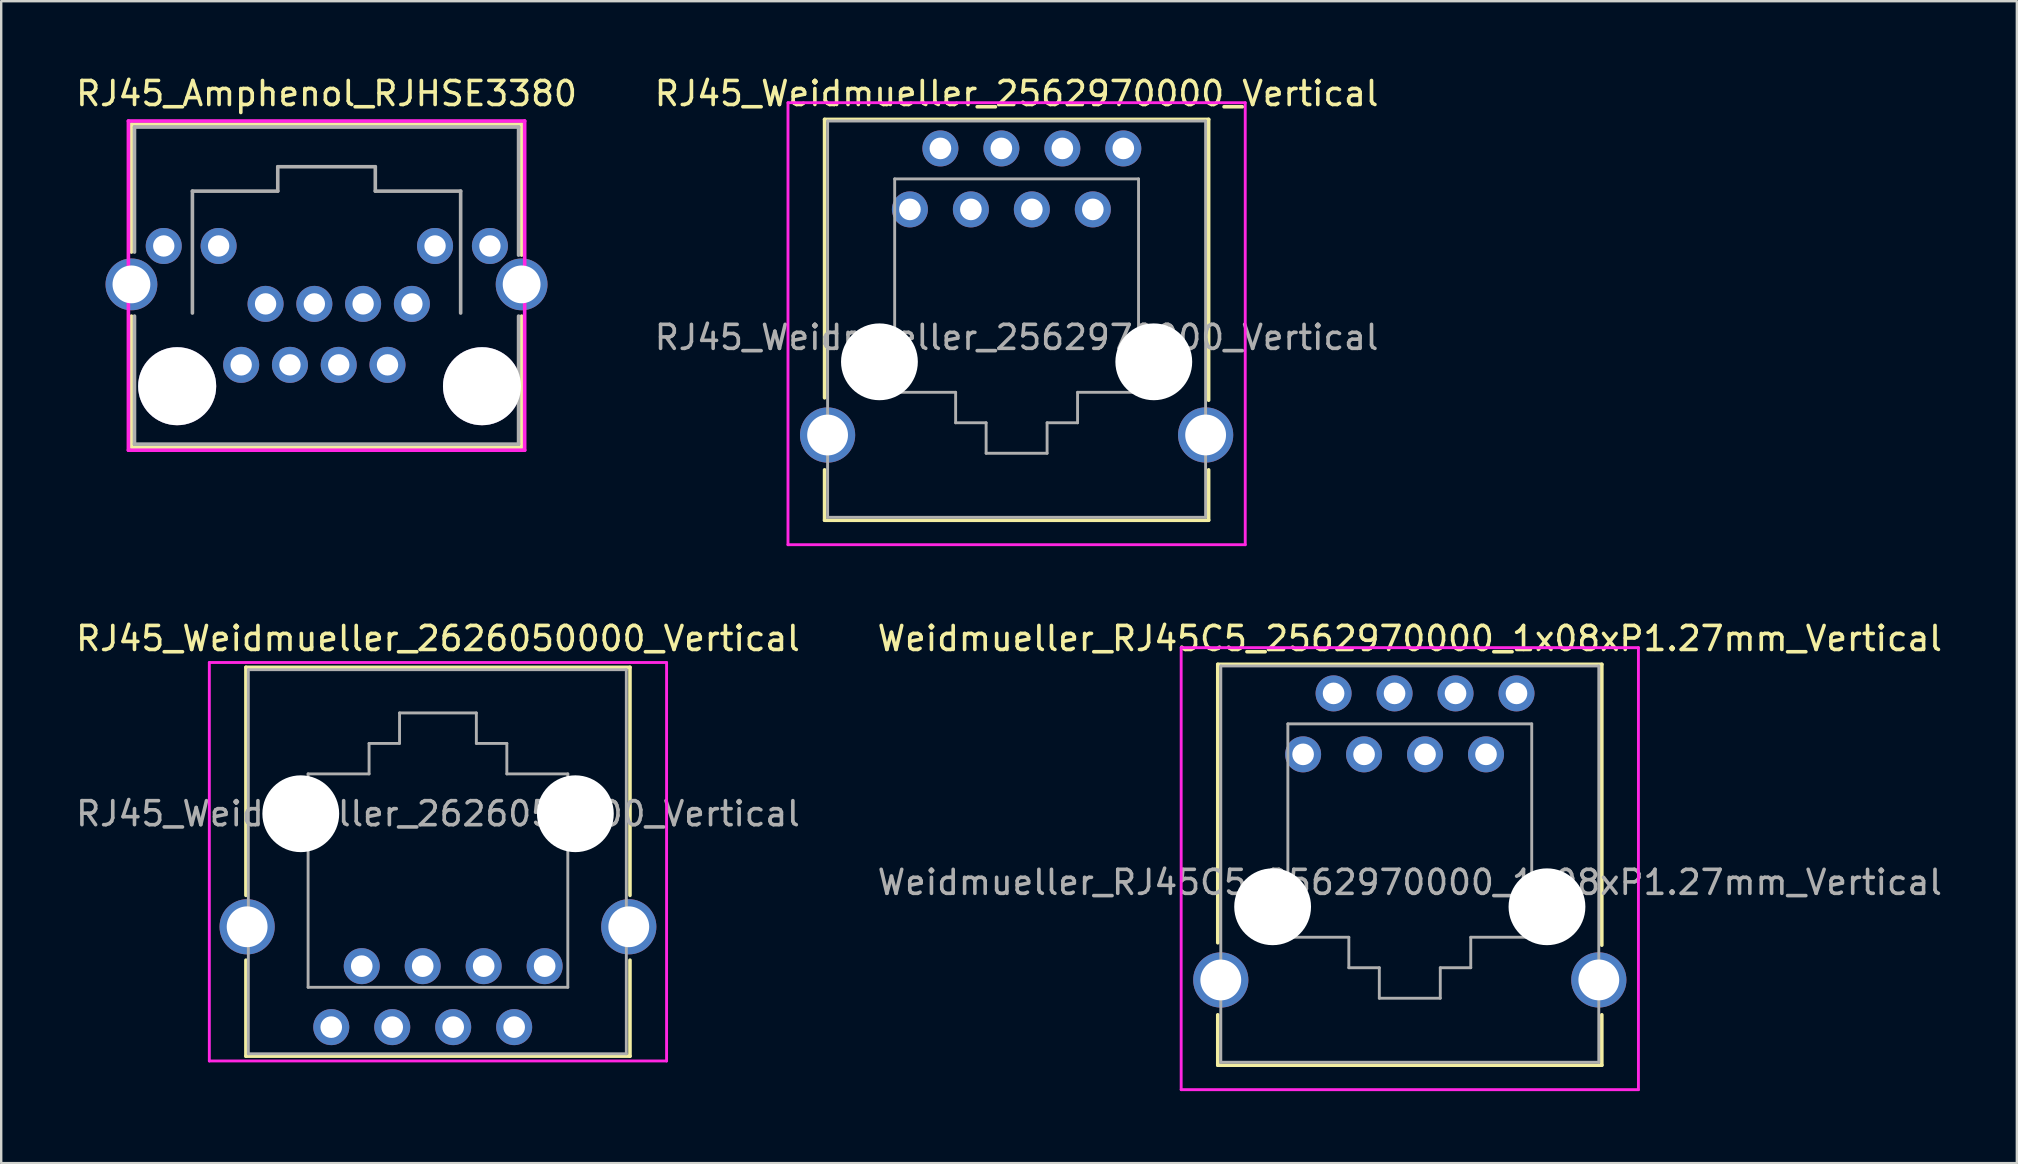
<source format=kicad_pcb>
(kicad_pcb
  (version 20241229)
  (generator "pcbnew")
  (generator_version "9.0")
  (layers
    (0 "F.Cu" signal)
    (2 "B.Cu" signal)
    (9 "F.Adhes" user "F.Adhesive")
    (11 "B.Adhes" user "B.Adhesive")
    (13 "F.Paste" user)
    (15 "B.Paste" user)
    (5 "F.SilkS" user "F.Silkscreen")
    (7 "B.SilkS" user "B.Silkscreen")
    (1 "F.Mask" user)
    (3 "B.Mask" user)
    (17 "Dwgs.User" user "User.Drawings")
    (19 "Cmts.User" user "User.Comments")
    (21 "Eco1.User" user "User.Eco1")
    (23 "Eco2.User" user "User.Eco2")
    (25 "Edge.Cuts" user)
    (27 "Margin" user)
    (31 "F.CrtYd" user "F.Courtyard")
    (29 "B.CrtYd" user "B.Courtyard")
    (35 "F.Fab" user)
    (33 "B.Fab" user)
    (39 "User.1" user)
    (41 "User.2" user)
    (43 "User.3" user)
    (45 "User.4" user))
  (footprint "RJ45_Weidmueller_2562970000_Vertical"
    (layer "F.Cu")
    (at 39.304 12.024)
    (property "Reference" "RJ45_Weidmueller_2562970000_Vertical" (at 0 -11.176 0) (layer "F.SilkS") (effects (font (size 1 1) (thickness 0.15))))
    (attr through_hole)
    (fp_line (start -8 -10.1) (end -8 1.5) (stroke (width 0.15) (type solid)) (layer "F.SilkS"))
    (fp_line (start -8 -10.1) (end 8 -10.1) (stroke (width 0.15) (type solid)) (layer "F.SilkS"))
    (fp_line (start -8 6.6) (end -8 4.5) (stroke (width 0.15) (type solid)) (layer "F.SilkS"))
    (fp_line (start -8 6.6) (end 8 6.6) (stroke (width 0.15) (type solid)) (layer "F.SilkS"))
    (fp_line (start 8 -10.1) (end 8 1.6) (stroke (width 0.15) (type solid)) (layer "F.SilkS"))
    (fp_line (start 8 6.6) (end 8 4.5) (stroke (width 0.15) (type solid)) (layer "F.SilkS"))
    (fp_line (start -9.525 -10.795) (end 9.525 -10.795) (stroke (width 0.12) (type solid)) (layer "F.CrtYd"))
    (fp_line (start -9.525 7.62) (end -9.525 -10.795) (stroke (width 0.12) (type solid)) (layer "F.CrtYd"))
    (fp_line (start 9.525 -10.795) (end 9.525 7.62) (stroke (width 0.12) (type solid)) (layer "F.CrtYd"))
    (fp_line (start 9.525 7.62) (end -9.525 7.62) (stroke (width 0.12) (type solid)) (layer "F.CrtYd"))
    (fp_line (start -7.874 -10.033) (end 7.874 -10.033) (stroke (width 0.12) (type solid)) (layer "F.Fab"))
    (fp_line (start -7.874 6.477) (end -7.874 -10.033) (stroke (width 0.12) (type solid)) (layer "F.Fab"))
    (fp_line (start -5.08 -7.62) (end 5.08 -7.62) (stroke (width 0.12) (type solid)) (layer "F.Fab"))
    (fp_line (start -5.08 1.27) (end -5.08 -7.62) (stroke (width 0.12) (type solid)) (layer "F.Fab"))
    (fp_line (start -2.54 1.27) (end -5.08 1.27) (stroke (width 0.12) (type solid)) (layer "F.Fab"))
    (fp_line (start -2.54 2.54) (end -2.54 1.27) (stroke (width 0.12) (type solid)) (layer "F.Fab"))
    (fp_line (start -1.27 2.54) (end -2.54 2.54) (stroke (width 0.12) (type solid)) (layer "F.Fab"))
    (fp_line (start -1.27 3.81) (end -1.27 2.54) (stroke (width 0.12) (type solid)) (layer "F.Fab"))
    (fp_line (start 1.27 2.54) (end 1.27 3.81) (stroke (width 0.12) (type solid)) (layer "F.Fab"))
    (fp_line (start 1.27 3.81) (end -1.27 3.81) (stroke (width 0.12) (type solid)) (layer "F.Fab"))
    (fp_line (start 2.54 1.27) (end 2.54 2.54) (stroke (width 0.12) (type solid)) (layer "F.Fab"))
    (fp_line (start 2.54 2.54) (end 1.27 2.54) (stroke (width 0.12) (type solid)) (layer "F.Fab"))
    (fp_line (start 5.08 -7.62) (end 5.08 1.27) (stroke (width 0.12) (type solid)) (layer "F.Fab"))
    (fp_line (start 5.08 1.27) (end 2.54 1.27) (stroke (width 0.12) (type solid)) (layer "F.Fab"))
    (fp_line (start 7.874 -10.033) (end 7.874 6.477) (stroke (width 0.12) (type solid)) (layer "F.Fab"))
    (fp_line (start 7.874 6.477) (end -7.874 6.477) (stroke (width 0.12) (type solid)) (layer "F.Fab"))
    (fp_text user "${REFERENCE}" (at 0 -1.016 0) (layer "F.Fab") (effects (font (size 1 1) (thickness 0.15))))
    (pad "" np_thru_hole circle (at -5.715 0) (size 3.2 3.2) (drill 3.2) (layers "*.Cu" "*.Mask"))
    (pad "" np_thru_hole circle (at 5.715 0) (size 3.2 3.2) (drill 3.2) (layers "*.Cu" "*.Mask"))
    (pad "1" thru_hole circle (at -4.445 -6.35) (size 1.5 1.5) (drill 0.9) (layers "*.Cu" "*.Mask"))
    (pad "2" thru_hole circle (at -3.175 -8.89) (size 1.5 1.5) (drill 0.9) (layers "*.Cu" "*.Mask"))
    (pad "3" thru_hole circle (at -1.905 -6.35) (size 1.5 1.5) (drill 0.9) (layers "*.Cu" "*.Mask"))
    (pad "4" thru_hole circle (at -0.635 -8.89) (size 1.5 1.5) (drill 0.9) (layers "*.Cu" "*.Mask"))
    (pad "5" thru_hole circle (at 0.635 -6.35) (size 1.5 1.5) (drill 0.9) (layers "*.Cu" "*.Mask"))
    (pad "6" thru_hole circle (at 1.905 -8.89) (size 1.5 1.5) (drill 0.9) (layers "*.Cu" "*.Mask"))
    (pad "7" thru_hole circle (at 3.175 -6.35) (size 1.5 1.5) (drill 0.9) (layers "*.Cu" "*.Mask"))
    (pad "8" thru_hole circle (at 4.445 -8.89) (size 1.5 1.5) (drill 0.9) (layers "*.Cu" "*.Mask"))
    (pad "SH" thru_hole circle (at -7.875 3.05) (size 2.3 2.3) (drill 1.7) (layers "*.Cu" "*.Mask"))
    (pad "SH" thru_hole circle (at 7.875 3.048) (size 2.3 2.3) (drill 1.7) (layers "*.Cu" "*.Mask")))
  (footprint "RJ45_Weidmueller_2626050000_Vertical"
    (layer "F.Cu")
    (at 15.196 30.852)
    (property "Reference" "RJ45_Weidmueller_2626050000_Vertical" (at 0 -7.3 0) (layer "F.SilkS") (effects (font (size 1 1) (thickness 0.15))))
    (attr through_hole)
    (fp_line (start -8 -6.1) (end -8 3.4) (stroke (width 0.15) (type solid)) (layer "F.SilkS"))
    (fp_line (start -8 -6.1) (end 8 -6.1) (stroke (width 0.15) (type solid)) (layer "F.SilkS"))
    (fp_line (start -8 10.1) (end -8 6.1) (stroke (width 0.15) (type solid)) (layer "F.SilkS"))
    (fp_line (start -8 10.1) (end 8 10.1) (stroke (width 0.15) (type solid)) (layer "F.SilkS"))
    (fp_line (start 8 -6.1) (end 8 3.4) (stroke (width 0.15) (type solid)) (layer "F.SilkS"))
    (fp_line (start 8 10.1) (end 8 6.1) (stroke (width 0.15) (type solid)) (layer "F.SilkS"))
    (fp_line (start -9.525 -6.3) (end 9.525 -6.3) (stroke (width 0.12) (type solid)) (layer "F.CrtYd"))
    (fp_line (start -9.525 10.3) (end -9.525 -6.3) (stroke (width 0.12) (type solid)) (layer "F.CrtYd"))
    (fp_line (start 9.525 -6.3) (end 9.525 10.3) (stroke (width 0.12) (type solid)) (layer "F.CrtYd"))
    (fp_line (start 9.525 10.3) (end -9.525 10.3) (stroke (width 0.12) (type solid)) (layer "F.CrtYd"))
    (fp_line (start -7.9 -6) (end 7.848 -6) (stroke (width 0.12) (type solid)) (layer "F.Fab"))
    (fp_line (start -7.9 10) (end -7.9 -6) (stroke (width 0.12) (type solid)) (layer "F.Fab"))
    (fp_line (start -5.41 7.23) (end -5.41 -1.66) (stroke (width 0.12) (type solid)) (layer "F.Fab"))
    (fp_line (start -5.41 7.23) (end 5.41 7.23) (stroke (width 0.12) (type solid)) (layer "F.Fab"))
    (fp_line (start -2.87 -1.66) (end -5.41 -1.66) (stroke (width 0.12) (type solid)) (layer "F.Fab"))
    (fp_line (start -2.87 -1.66) (end -2.87 -2.93) (stroke (width 0.12) (type solid)) (layer "F.Fab"))
    (fp_line (start -1.6 -2.93) (end -2.87 -2.93) (stroke (width 0.12) (type solid)) (layer "F.Fab"))
    (fp_line (start -1.6 -2.93) (end -1.6 -4.2) (stroke (width 0.12) (type solid)) (layer "F.Fab"))
    (fp_line (start 1.6 -4.2) (end -1.6 -4.2) (stroke (width 0.12) (type solid)) (layer "F.Fab"))
    (fp_line (start 1.6 -4.2) (end 1.6 -2.93) (stroke (width 0.12) (type solid)) (layer "F.Fab"))
    (fp_line (start 2.87 -2.93) (end 1.6 -2.93) (stroke (width 0.12) (type solid)) (layer "F.Fab"))
    (fp_line (start 2.87 -2.93) (end 2.87 -1.66) (stroke (width 0.12) (type solid)) (layer "F.Fab"))
    (fp_line (start 5.41 -1.66) (end 2.87 -1.66) (stroke (width 0.12) (type solid)) (layer "F.Fab"))
    (fp_line (start 5.41 -1.66) (end 5.41 7.23) (stroke (width 0.12) (type solid)) (layer "F.Fab"))
    (fp_line (start 7.848 -6) (end 7.848 10) (stroke (width 0.12) (type solid)) (layer "F.Fab"))
    (fp_line (start 7.848 10) (end -7.9 10) (stroke (width 0.12) (type solid)) (layer "F.Fab"))
    (fp_text user "${REFERENCE}" (at 0 0 0) (layer "F.Fab") (effects (font (size 1 1) (thickness 0.15))))
    (pad "" np_thru_hole circle (at -5.715 0) (size 3.2 3.2) (drill 3.2) (layers "*.Cu" "*.Mask"))
    (pad "" np_thru_hole circle (at 5.725 0) (size 3.2 3.2) (drill 3.2) (layers "*.Cu" "*.Mask"))
    (pad "1" thru_hole circle (at 4.445 6.35) (size 1.5 1.5) (drill 0.9) (layers "*.Cu" "*.Mask"))
    (pad "2" thru_hole circle (at 3.175 8.89) (size 1.5 1.5) (drill 0.9) (layers "*.Cu" "*.Mask"))
    (pad "3" thru_hole circle (at 1.905 6.35) (size 1.5 1.5) (drill 0.9) (layers "*.Cu" "*.Mask"))
    (pad "4" thru_hole circle (at 0.635 8.89) (size 1.5 1.5) (drill 0.9) (layers "*.Cu" "*.Mask"))
    (pad "5" thru_hole circle (at -0.635 6.35) (size 1.5 1.5) (drill 0.9) (layers "*.Cu" "*.Mask"))
    (pad "6" thru_hole circle (at -1.905 8.89) (size 1.5 1.5) (drill 0.9) (layers "*.Cu" "*.Mask"))
    (pad "7" thru_hole circle (at -3.175 6.35) (size 1.5 1.5) (drill 0.9) (layers "*.Cu" "*.Mask"))
    (pad "8" thru_hole circle (at -4.445 8.89) (size 1.5 1.5) (drill 0.9) (layers "*.Cu" "*.Mask"))
    (pad "SH" thru_hole circle (at -7.95 4.71) (size 2.3 2.3) (drill 1.7) (layers "*.Cu" "*.Mask"))
    (pad "SH" thru_hole circle (at 7.95 4.71) (size 2.3 2.3) (drill 1.7) (layers "*.Cu" "*.Mask")))
  (footprint "RJ45_Amphenol_RJHSE3380"
    (layer "F.Cu")
    (at 2.299 15.707)
    (property "Reference" "RJ45_Amphenol_RJHSE3380" (at 8.255 -14.859 0) (layer "F.SilkS") (effects (font (size 1 1) (thickness 0.15))))
    (attr through_hole)
    (fp_line (start 0.127 -13.589) (end 0.127 -8.255) (stroke (width 0.15) (type solid)) (layer "F.SilkS"))
    (fp_line (start 0.127 -5.588) (end 0.127 -0.127) (stroke (width 0.15) (type solid)) (layer "F.SilkS"))
    (fp_line (start 0.127 -0.127) (end 16.383 -0.127) (stroke (width 0.15) (type solid)) (layer "F.SilkS"))
    (fp_line (start 16.383 -13.589) (end 0.127 -13.589) (stroke (width 0.15) (type solid)) (layer "F.SilkS"))
    (fp_line (start 16.383 -8.128) (end 16.383 -13.589) (stroke (width 0.15) (type solid)) (layer "F.SilkS"))
    (fp_line (start 16.383 -0.127) (end 16.383 -5.588) (stroke (width 0.15) (type solid)) (layer "F.SilkS"))
    (fp_line (start 0 -13.716) (end 0 0) (stroke (width 0.15) (type solid)) (layer "F.CrtYd"))
    (fp_line (start 0 0) (end 16.51 0) (stroke (width 0.15) (type solid)) (layer "F.CrtYd"))
    (fp_line (start 16.51 -13.716) (end 0 -13.716) (stroke (width 0.15) (type solid)) (layer "F.CrtYd"))
    (fp_line (start 16.51 0) (end 16.51 -13.716) (stroke (width 0.15) (type solid)) (layer "F.CrtYd"))
    (fp_line (start 0.254 -13.462) (end 0.254 -8.255) (stroke (width 0.15) (type solid)) (layer "F.Fab"))
    (fp_line (start 0.254 -5.588) (end 0.254 -0.254) (stroke (width 0.15) (type solid)) (layer "F.Fab"))
    (fp_line (start 0.254 -0.254) (end 16.256 -0.254) (stroke (width 0.15) (type solid)) (layer "F.Fab"))
    (fp_line (start 2.667 -10.795) (end 6.223 -10.795) (stroke (width 0.15) (type solid)) (layer "F.Fab"))
    (fp_line (start 2.667 -5.715) (end 2.667 -10.795) (stroke (width 0.15) (type solid)) (layer "F.Fab"))
    (fp_line (start 6.223 -11.811) (end 10.287 -11.811) (stroke (width 0.15) (type solid)) (layer "F.Fab"))
    (fp_line (start 6.223 -10.795) (end 6.223 -11.811) (stroke (width 0.15) (type solid)) (layer "F.Fab"))
    (fp_line (start 10.287 -11.811) (end 10.287 -10.795) (stroke (width 0.15) (type solid)) (layer "F.Fab"))
    (fp_line (start 10.287 -10.795) (end 13.843 -10.795) (stroke (width 0.15) (type solid)) (layer "F.Fab"))
    (fp_line (start 13.843 -10.795) (end 13.843 -5.715) (stroke (width 0.15) (type solid)) (layer "F.Fab"))
    (fp_line (start 16.256 -13.462) (end 0.254 -13.462) (stroke (width 0.15) (type solid)) (layer "F.Fab"))
    (fp_line (start 16.256 -8.128) (end 16.256 -13.462) (stroke (width 0.15) (type solid)) (layer "F.Fab"))
    (fp_line (start 16.256 -0.254) (end 16.256 -5.588) (stroke (width 0.15) (type solid)) (layer "F.Fab"))
    (pad "" thru_hole circle (at 2.032 -2.667) (size 3.251 3.251) (drill 3.251) (layers "*.Cu" "*.Mask"))
    (pad "" thru_hole circle (at 14.732 -2.667) (size 3.251 3.251) (drill 3.251) (layers "*.Cu" "*.Mask"))
    (pad "1" thru_hole circle (at 11.811 -6.096) (size 1.501 1.501) (drill 0.889) (layers "*.Cu" "*.Mask"))
    (pad "2" thru_hole circle (at 10.795 -3.556) (size 1.501 1.501) (drill 0.889) (layers "*.Cu" "*.Mask"))
    (pad "3" thru_hole circle (at 9.779 -6.096) (size 1.501 1.501) (drill 0.889) (layers "*.Cu" "*.Mask"))
    (pad "4" thru_hole circle (at 8.763 -3.556) (size 1.501 1.501) (drill 0.889) (layers "*.Cu" "*.Mask"))
    (pad "5" thru_hole circle (at 7.747 -6.096) (size 1.501 1.501) (drill 0.889) (layers "*.Cu" "*.Mask"))
    (pad "6" thru_hole circle (at 6.731 -3.556) (size 1.501 1.501) (drill 0.889) (layers "*.Cu" "*.Mask"))
    (pad "7" thru_hole circle (at 5.715 -6.096) (size 1.501 1.501) (drill 0.889) (layers "*.Cu" "*.Mask"))
    (pad "8" thru_hole circle (at 4.699 -3.556) (size 1.501 1.501) (drill 0.889) (layers "*.Cu" "*.Mask"))
    (pad "9" thru_hole circle (at 15.062 -8.509) (size 1.501 1.501) (drill 0.889) (layers "*.Cu" "*.Mask"))
    (pad "10" thru_hole circle (at 12.776 -8.509) (size 1.501 1.501) (drill 0.889) (layers "*.Cu" "*.Mask"))
    (pad "11" thru_hole circle (at 3.759 -8.509) (size 1.501 1.501) (drill 0.889) (layers "*.Cu" "*.Mask"))
    (pad "12" thru_hole circle (at 1.473 -8.509) (size 1.501 1.501) (drill 0.889) (layers "*.Cu" "*.Mask"))
    (pad "13" thru_hole circle (at 0.127 -6.909) (size 2.159 2.159) (drill 1.575) (layers "*.Cu" "*.Mask"))
    (pad "13" thru_hole circle (at 16.383 -6.909) (size 2.159 2.159) (drill 1.575) (layers "*.Cu" "*.Mask")))
  (footprint "Weidmueller_RJ45C5_2562970000_1x08xP1.27mm_Vertical"
    (layer "F.Cu")
    (at 55.685 34.728)
    (property "Reference" "Weidmueller_RJ45C5_2562970000_1x08xP1.27mm_Vertical" (at 0 -11.176 0) (layer "F.SilkS") (effects (font (size 1 1) (thickness 0.15))))
    (attr through_hole)
    (fp_line (start -8 -10.1) (end -8 1.5) (stroke (width 0.15) (type solid)) (layer "F.SilkS"))
    (fp_line (start -8 -10.1) (end 8 -10.1) (stroke (width 0.15) (type solid)) (layer "F.SilkS"))
    (fp_line (start -8 6.6) (end -8 4.5) (stroke (width 0.15) (type solid)) (layer "F.SilkS"))
    (fp_line (start -8 6.6) (end 8 6.6) (stroke (width 0.15) (type solid)) (layer "F.SilkS"))
    (fp_line (start 8 -10.1) (end 8 1.6) (stroke (width 0.15) (type solid)) (layer "F.SilkS"))
    (fp_line (start 8 6.6) (end 8 4.5) (stroke (width 0.15) (type solid)) (layer "F.SilkS"))
    (fp_line (start -9.525 -10.795) (end 9.525 -10.795) (stroke (width 0.12) (type solid)) (layer "F.CrtYd"))
    (fp_line (start -9.525 7.62) (end -9.525 -10.795) (stroke (width 0.12) (type solid)) (layer "F.CrtYd"))
    (fp_line (start 9.525 -10.795) (end 9.525 7.62) (stroke (width 0.12) (type solid)) (layer "F.CrtYd"))
    (fp_line (start 9.525 7.62) (end -9.525 7.62) (stroke (width 0.12) (type solid)) (layer "F.CrtYd"))
    (fp_line (start -7.874 -10.033) (end 7.874 -10.033) (stroke (width 0.12) (type solid)) (layer "F.Fab"))
    (fp_line (start -7.874 6.477) (end -7.874 -10.033) (stroke (width 0.12) (type solid)) (layer "F.Fab"))
    (fp_line (start -5.08 -7.62) (end 5.08 -7.62) (stroke (width 0.12) (type solid)) (layer "F.Fab"))
    (fp_line (start -5.08 1.27) (end -5.08 -7.62) (stroke (width 0.12) (type solid)) (layer "F.Fab"))
    (fp_line (start -2.54 1.27) (end -5.08 1.27) (stroke (width 0.12) (type solid)) (layer "F.Fab"))
    (fp_line (start -2.54 2.54) (end -2.54 1.27) (stroke (width 0.12) (type solid)) (layer "F.Fab"))
    (fp_line (start -1.27 2.54) (end -2.54 2.54) (stroke (width 0.12) (type solid)) (layer "F.Fab"))
    (fp_line (start -1.27 3.81) (end -1.27 2.54) (stroke (width 0.12) (type solid)) (layer "F.Fab"))
    (fp_line (start 1.27 2.54) (end 1.27 3.81) (stroke (width 0.12) (type solid)) (layer "F.Fab"))
    (fp_line (start 1.27 3.81) (end -1.27 3.81) (stroke (width 0.12) (type solid)) (layer "F.Fab"))
    (fp_line (start 2.54 1.27) (end 2.54 2.54) (stroke (width 0.12) (type solid)) (layer "F.Fab"))
    (fp_line (start 2.54 2.54) (end 1.27 2.54) (stroke (width 0.12) (type solid)) (layer "F.Fab"))
    (fp_line (start 5.08 -7.62) (end 5.08 1.27) (stroke (width 0.12) (type solid)) (layer "F.Fab"))
    (fp_line (start 5.08 1.27) (end 2.54 1.27) (stroke (width 0.12) (type solid)) (layer "F.Fab"))
    (fp_line (start 7.874 -10.033) (end 7.874 6.477) (stroke (width 0.12) (type solid)) (layer "F.Fab"))
    (fp_line (start 7.874 6.477) (end -7.874 6.477) (stroke (width 0.12) (type solid)) (layer "F.Fab"))
    (fp_text user "${REFERENCE}" (at 0 -1.016 0) (layer "F.Fab") (effects (font (size 1 1) (thickness 0.15))))
    (pad "" np_thru_hole circle (at -5.715 0) (size 3.2 3.2) (drill 3.2) (layers "*.Cu" "*.Mask"))
    (pad "" np_thru_hole circle (at 5.715 0) (size 3.2 3.2) (drill 3.2) (layers "*.Cu" "*.Mask"))
    (pad "1" thru_hole circle (at -4.445 -6.35) (size 1.5 1.5) (drill 0.9) (layers "*.Cu" "*.Mask"))
    (pad "2" thru_hole circle (at -3.175 -8.89) (size 1.5 1.5) (drill 0.9) (layers "*.Cu" "*.Mask"))
    (pad "3" thru_hole circle (at -1.905 -6.35) (size 1.5 1.5) (drill 0.9) (layers "*.Cu" "*.Mask"))
    (pad "4" thru_hole circle (at -0.635 -8.89) (size 1.5 1.5) (drill 0.9) (layers "*.Cu" "*.Mask"))
    (pad "5" thru_hole circle (at 0.635 -6.35) (size 1.5 1.5) (drill 0.9) (layers "*.Cu" "*.Mask"))
    (pad "6" thru_hole circle (at 1.905 -8.89) (size 1.5 1.5) (drill 0.9) (layers "*.Cu" "*.Mask"))
    (pad "7" thru_hole circle (at 3.175 -6.35) (size 1.5 1.5) (drill 0.9) (layers "*.Cu" "*.Mask"))
    (pad "8" thru_hole circle (at 4.445 -8.89) (size 1.5 1.5) (drill 0.9) (layers "*.Cu" "*.Mask"))
    (pad "SH" thru_hole circle (at -7.875 3.05) (size 2.3 2.3) (drill 1.7) (layers "*.Cu" "*.Mask"))
    (pad "SH" thru_hole circle (at 7.875 3.048) (size 2.3 2.3) (drill 1.7) (layers "*.Cu" "*.Mask")))
  (gr_rect
    (start -3 -3)
    (end 80.976 45.408)
    (stroke (width 0.1) (type default))
    (fill no)
    (layer "Edge.Cuts")))
</source>
